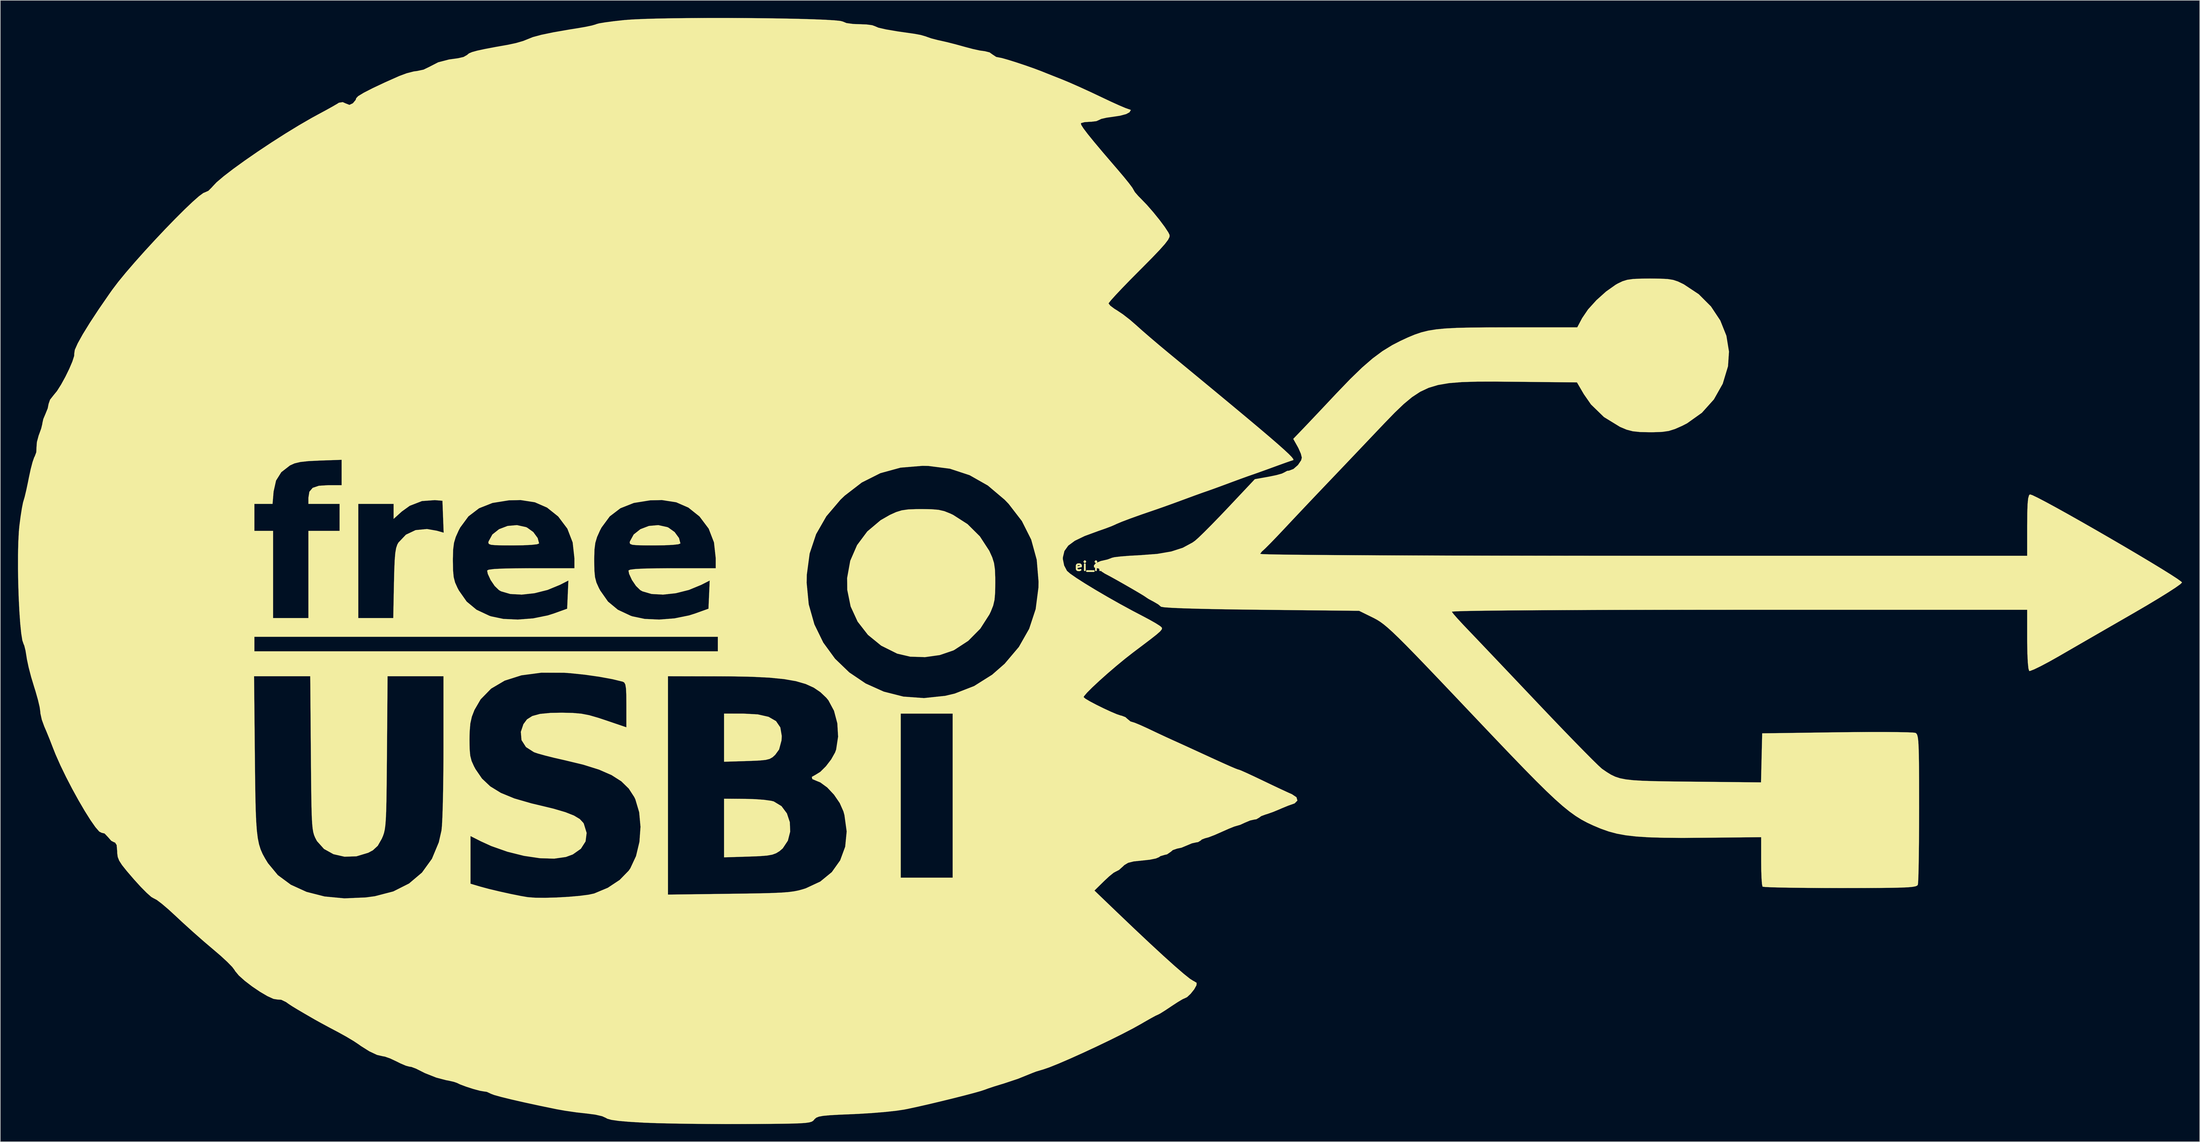
<source format=kicad_pcb>
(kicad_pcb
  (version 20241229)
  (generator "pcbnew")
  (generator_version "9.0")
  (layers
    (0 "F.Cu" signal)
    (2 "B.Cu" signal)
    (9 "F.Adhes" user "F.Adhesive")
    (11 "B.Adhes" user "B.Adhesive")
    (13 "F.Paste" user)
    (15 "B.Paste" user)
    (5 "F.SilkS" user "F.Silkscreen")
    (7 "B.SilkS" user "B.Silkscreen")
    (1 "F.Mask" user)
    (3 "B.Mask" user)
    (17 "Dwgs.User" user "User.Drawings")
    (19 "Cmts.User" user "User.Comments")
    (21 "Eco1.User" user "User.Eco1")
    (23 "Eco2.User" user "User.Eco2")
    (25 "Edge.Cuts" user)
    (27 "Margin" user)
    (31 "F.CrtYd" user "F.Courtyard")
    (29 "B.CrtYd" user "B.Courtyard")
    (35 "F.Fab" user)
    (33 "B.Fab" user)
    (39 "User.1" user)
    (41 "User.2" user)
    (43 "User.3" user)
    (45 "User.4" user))
  (footprint "ei_inv"
    (layer "F.Cu")
    (at 182.649 93.133)
    (property "Reference" "ei_inv" (at 0 0 0) (layer "F.SilkS") (effects (font (size 1.524 1.524) (thickness 0.3))))
    (attr through_hole)
    (fp_poly (pts (xy -59.531 25.048) (xy -57.078 25.18) (xy -55.24 25.596) (xy -53.976 26.324) (xy -53.245 27.395) (xy -53.003 28.837) (xy -53.04 29.587) (xy -53.456 31.141) (xy -54.12 32.056) (xy -54.575 32.467) (xy -55.063 32.741) (xy -55.74 32.913) (xy -56.761 33.016) (xy -58.281 33.084) (xy -58.921 33.104) (xy -62.794 33.224) (xy -62.794 25.047) (xy -59.531 25.048)) (stroke (width 0.01) (type solid)) (fill yes) (layer "F.SilkS"))
    (fp_poly (pts (xy -96.424 -6.635) (xy -96.231 -6.55) (xy -95.178 -5.794) (xy -94.436 -4.781) (xy -94.192 -3.864) (xy -94.526 -3.728) (xy -95.455 -3.621) (xy -96.869 -3.551) (xy -98.568 -3.528) (xy -100.387 -3.534) (xy -101.611 -3.565) (xy -102.348 -3.638) (xy -102.71 -3.771) (xy -102.806 -3.98) (xy -102.77 -4.198) (xy -102.123 -5.382) (xy -100.986 -6.282) (xy -99.537 -6.834) (xy -97.957 -6.973) (xy -96.424 -6.635)) (stroke (width 0.01) (type solid)) (fill yes) (layer "F.SilkS"))
    (fp_poly (pts (xy -72.435 -6.635) (xy -72.242 -6.55) (xy -71.189 -5.794) (xy -70.447 -4.781) (xy -70.203 -3.864) (xy -70.537 -3.728) (xy -71.466 -3.621) (xy -72.88 -3.551) (xy -74.579 -3.528) (xy -76.398 -3.534) (xy -77.622 -3.565) (xy -78.359 -3.638) (xy -78.721 -3.771) (xy -78.817 -3.98) (xy -78.781 -4.198) (xy -78.134 -5.382) (xy -76.997 -6.282) (xy -75.548 -6.834) (xy -73.968 -6.973) (xy -72.435 -6.635)) (stroke (width 0.01) (type solid)) (fill yes) (layer "F.SilkS"))
    (fp_poly (pts (xy -59.178 39.531) (xy -57.507 39.581) (xy -55.972 39.698) (xy -54.794 39.863) (xy -54.361 39.972) (xy -53.046 40.77) (xy -52.131 41.999) (xy -51.633 43.495) (xy -51.571 45.093) (xy -51.965 46.63) (xy -52.834 47.941) (xy -53.383 48.413) (xy -53.957 48.766) (xy -54.61 49.007) (xy -55.498 49.165) (xy -56.777 49.265) (xy -58.603 49.336) (xy -58.649 49.338) (xy -62.794 49.463) (xy -62.794 39.511) (xy -59.178 39.531)) (stroke (width 0.01) (type solid)) (fill yes) (layer "F.SilkS"))
    (fp_poly (pts (xy -27.6 -9.674) (xy -26.388 -9.57) (xy -25.407 -9.344) (xy -24.419 -8.951) (xy -23.905 -8.706) (xy -21.467 -7.141) (xy -19.373 -5.059) (xy -17.79 -2.629) (xy -17.752 -2.553) (xy -17.27 -1.485) (xy -16.973 -0.531) (xy -16.819 0.548) (xy -16.764 1.986) (xy -16.76 2.822) (xy -16.785 4.502) (xy -16.888 5.715) (xy -17.115 6.696) (xy -17.507 7.683) (xy -17.752 8.198) (xy -19.298 10.612) (xy -21.342 12.679) (xy -23.719 14.234) (xy -23.905 14.325) (xy -26.172 15.099) (xy -28.693 15.453) (xy -31.205 15.373) (xy -33.414 14.855) (xy -36.126 13.502) (xy -38.379 11.665) (xy -40.124 9.42) (xy -41.309 6.843) (xy -41.885 4.011) (xy -41.905 2.014) (xy -41.376 -0.913) (xy -40.218 -3.576) (xy -38.484 -5.899) (xy -36.228 -7.803) (xy -34.656 -8.706) (xy -33.588 -9.189) (xy -32.633 -9.485) (xy -31.555 -9.639) (xy -30.117 -9.694) (xy -29.281 -9.698) (xy -27.6 -9.674)) (stroke (width 0.01) (type solid)) (fill yes) (layer "F.SilkS"))
    (fp_poly (pts (xy 96.13 -48.845) (xy 97.379 -48.78) (xy 98.31 -48.63) (xy 99.114 -48.362) (xy 99.986 -47.944) (xy 100.133 -47.868) (xy 102.645 -46.201) (xy 104.72 -44.125) (xy 106.302 -41.741) (xy 107.34 -39.147) (xy 107.78 -36.442) (xy 107.612 -33.955) (xy 106.717 -30.988) (xy 105.219 -28.329) (xy 103.183 -26.061) (xy 100.675 -24.273) (xy 99.837 -23.841) (xy 98.608 -23.299) (xy 97.565 -22.972) (xy 96.441 -22.81) (xy 94.966 -22.757) (xy 94.368 -22.754) (xy 92.683 -22.787) (xy 91.448 -22.917) (xy 90.412 -23.188) (xy 89.322 -23.647) (xy 89.253 -23.681) (xy 86.556 -25.335) (xy 84.353 -27.478) (xy 83.144 -29.22) (xy 81.975 -31.221) (xy 71.944 -31.322) (xy 68.191 -31.355) (xy 65.052 -31.349) (xy 62.435 -31.272) (xy 60.249 -31.094) (xy 58.402 -30.78) (xy 56.803 -30.301) (xy 55.359 -29.623) (xy 53.979 -28.715) (xy 52.572 -27.545) (xy 51.046 -26.082) (xy 49.309 -24.292) (xy 48.095 -23.015) (xy 46.234 -21.054) (xy 44.293 -19.01) (xy 42.407 -17.027) (xy 40.712 -15.246) (xy 39.341 -13.809) (xy 39.132 -13.59) (xy 37.505 -11.88) (xy 35.639 -9.909) (xy 33.775 -7.932) (xy 32.291 -6.35) (xy 31.034 -5.019) (xy 29.937 -3.884) (xy 29.094 -3.039) (xy 28.601 -2.581) (xy 28.524 -2.528) (xy 28.224 -2.128) (xy 28.222 -2.087) (xy 28.571 -2.049) (xy 29.603 -2.012) (xy 31.293 -1.978) (xy 33.621 -1.945) (xy 36.561 -1.915) (xy 40.092 -1.888) (xy 44.191 -1.862) (xy 48.833 -1.84) (xy 53.997 -1.82) (xy 59.658 -1.803) (xy 65.795 -1.789) (xy 72.384 -1.778) (xy 79.401 -1.77) (xy 86.825 -1.765) (xy 93.31 -1.764) (xy 158.397 -1.764) (xy 158.397 -6.89) (xy 158.413 -9.02) (xy 158.466 -10.531) (xy 158.562 -11.509) (xy 158.71 -12.039) (xy 158.862 -12.195) (xy 159.268 -12.066) (xy 160.198 -11.619) (xy 161.575 -10.899) (xy 163.319 -9.952) (xy 165.353 -8.821) (xy 167.6 -7.552) (xy 169.982 -6.19) (xy 172.42 -4.781) (xy 174.838 -3.37) (xy 177.157 -2.001) (xy 179.3 -0.719) (xy 181.188 0.429) (xy 182.744 1.4) (xy 183.891 2.147) (xy 184.549 2.627) (xy 184.679 2.774) (xy 184.385 3.068) (xy 183.557 3.658) (xy 182.273 4.492) (xy 180.616 5.52) (xy 178.664 6.692) (xy 176.565 7.917) (xy 174.071 9.356) (xy 171.481 10.849) (xy 168.95 12.31) (xy 166.632 13.649) (xy 164.681 14.777) (xy 163.766 15.307) (xy 162.126 16.231) (xy 160.691 16.992) (xy 159.574 17.534) (xy 158.889 17.799) (xy 158.739 17.809) (xy 158.612 17.391) (xy 158.507 16.384) (xy 158.434 14.905) (xy 158.399 13.069) (xy 158.397 12.503) (xy 158.397 7.408) (xy 109.508 7.408) (xy 102.457 7.411) (xy 95.885 7.418) (xy 89.812 7.429) (xy 84.256 7.445) (xy 79.239 7.465) (xy 74.779 7.49) (xy 70.897 7.518) (xy 67.611 7.55) (xy 64.941 7.586) (xy 62.908 7.625) (xy 61.53 7.668) (xy 60.828 7.715) (xy 60.737 7.741) (xy 61.018 8.122) (xy 61.682 8.882) (xy 62.618 9.898) (xy 63.333 10.651) (xy 64.137 11.491) (xy 65.356 12.77) (xy 66.918 14.414) (xy 68.754 16.347) (xy 70.793 18.496) (xy 72.965 20.788) (xy 75.2 23.147) (xy 75.496 23.46) (xy 77.658 25.734) (xy 79.706 27.871) (xy 81.583 29.81) (xy 83.228 31.491) (xy 84.582 32.855) (xy 85.588 33.84) (xy 86.185 34.387) (xy 86.268 34.451) (xy 87.048 34.988) (xy 87.752 35.421) (xy 88.466 35.763) (xy 89.274 36.026) (xy 90.26 36.222) (xy 91.509 36.362) (xy 93.105 36.459) (xy 95.132 36.523) (xy 97.676 36.568) (xy 100.821 36.604) (xy 101.677 36.613) (xy 113.219 36.732) (xy 113.318 32.566) (xy 113.418 28.399) (xy 126.118 28.222) (xy 129.064 28.189) (xy 131.803 28.173) (xy 134.249 28.173) (xy 136.321 28.19) (xy 137.933 28.221) (xy 139.002 28.267) (xy 139.435 28.323) (xy 139.599 28.439) (xy 139.731 28.671) (xy 139.835 29.088) (xy 139.914 29.76) (xy 139.971 30.757) (xy 140.01 32.147) (xy 140.035 34.001) (xy 140.048 36.387) (xy 140.052 39.375) (xy 140.053 41.082) (xy 140.047 44) (xy 140.03 46.707) (xy 140.004 49.119) (xy 139.97 51.152) (xy 139.929 52.721) (xy 139.883 53.743) (xy 139.839 54.123) (xy 139.72 54.269) (xy 139.443 54.387) (xy 138.94 54.481) (xy 138.147 54.553) (xy 136.995 54.605) (xy 135.418 54.642) (xy 133.351 54.664) (xy 130.725 54.676) (xy 127.476 54.68) (xy 126.668 54.681) (xy 123.712 54.674) (xy 120.98 54.657) (xy 118.552 54.629) (xy 116.508 54.593) (xy 114.928 54.549) (xy 113.891 54.5) (xy 113.479 54.447) (xy 113.477 54.445) (xy 113.384 54.019) (xy 113.309 53.036) (xy 113.258 51.648) (xy 113.242 50.124) (xy 113.242 46.038) (xy 103.629 46.139) (xy 99.909 46.163) (xy 96.803 46.141) (xy 94.223 46.066) (xy 92.078 45.929) (xy 90.278 45.724) (xy 88.735 45.441) (xy 87.357 45.072) (xy 86.056 44.609) (xy 85.857 44.529) (xy 84.749 44.062) (xy 83.724 43.584) (xy 82.737 43.054) (xy 81.74 42.429) (xy 80.689 41.669) (xy 79.536 40.733) (xy 78.234 39.577) (xy 76.738 38.162) (xy 75.002 36.446) (xy 72.977 34.387) (xy 70.62 31.944) (xy 67.882 29.075) (xy 64.717 25.739) (xy 64.103 25.091) (xy 61.08 21.9) (xy 58.498 19.182) (xy 56.314 16.894) (xy 54.485 14.996) (xy 52.968 13.445) (xy 51.721 12.201) (xy 50.702 11.221) (xy 49.867 10.464) (xy 49.175 9.888) (xy 48.582 9.451) (xy 48.045 9.113) (xy 47.523 8.83) (xy 47.372 8.755) (xy 44.996 7.585) (xy 28.306 7.408) (xy 24.166 7.357) (xy 20.552 7.297) (xy 17.494 7.229) (xy 15.019 7.154) (xy 13.158 7.073) (xy 11.939 6.987) (xy 11.39 6.897) (xy 11.364 6.879) (xy 10.893 6.486) (xy 10.097 6.019) (xy 10.054 5.997) (xy 9.28 5.583) (xy 8.832 5.29) (xy 8.819 5.277) (xy 8.455 5.032) (xy 7.629 4.532) (xy 6.495 3.867) (xy 5.207 3.125) (xy 3.921 2.396) (xy 2.79 1.768) (xy 1.969 1.33) (xy 1.855 1.273) (xy 1.252 0.882) (xy 1.061 0.617) (xy 0.771 0.382) (xy 0.529 0.353) (xy 0.001 0.201) (xy -0.009 -0.153) (xy 0.405 -0.562) (xy 1.149 -0.875) (xy 1.323 -0.912) (xy 2.279 -1.133) (xy 2.935 -1.372) (xy 2.999 -1.411) (xy 3.469 -1.525) (xy 4.497 -1.646) (xy 5.935 -1.761) (xy 7.632 -1.854) (xy 7.761 -1.86) (xy 10.72 -2.082) (xy 13.116 -2.494) (xy 15.072 -3.126) (xy 16.712 -4.012) (xy 17.145 -4.321) (xy 17.722 -4.829) (xy 18.681 -5.756) (xy 19.922 -7.003) (xy 21.348 -8.472) (xy 22.75 -9.946) (xy 27.298 -14.777) (xy 29.716 -15.209) (xy 30.947 -15.464) (xy 31.877 -15.722) (xy 32.312 -15.929) (xy 32.316 -15.934) (xy 32.782 -16.188) (xy 33.12 -16.228) (xy 33.854 -16.509) (xy 34.618 -17.179) (xy 35.161 -17.983) (xy 35.278 -18.445) (xy 35.112 -19.109) (xy 34.699 -20.046) (xy 34.549 -20.326) (xy 33.82 -21.624) (xy 35.379 -23.247) (xy 36.153 -24.059) (xy 37.289 -25.258) (xy 38.667 -26.717) (xy 40.166 -28.31) (xy 41.159 -29.367) (xy 43.489 -31.789) (xy 45.497 -33.735) (xy 47.288 -35.288) (xy 48.966 -36.535) (xy 50.635 -37.561) (xy 52.013 -38.27) (xy 53.283 -38.86) (xy 54.434 -39.34) (xy 55.557 -39.721) (xy 56.743 -40.015) (xy 58.085 -40.231) (xy 59.672 -40.383) (xy 61.597 -40.482) (xy 63.951 -40.538) (xy 66.825 -40.563) (xy 70.31 -40.569) (xy 70.431 -40.569) (xy 82.022 -40.569) (xy 82.859 -42.147) (xy 83.858 -43.617) (xy 85.28 -45.187) (xy 86.914 -46.655) (xy 88.548 -47.813) (xy 88.926 -48.027) (xy 89.718 -48.405) (xy 90.514 -48.649) (xy 91.498 -48.788) (xy 92.852 -48.848) (xy 94.368 -48.86) (xy 96.13 -48.845)) (stroke (width 0.01) (type solid)) (fill yes) (layer "F.SilkS"))
    (fp_poly (pts (xy -59.026 -93.113) (xy -55.894 -93.083) (xy -52.91 -93.038) (xy -50.154 -92.98) (xy -47.707 -92.909) (xy -45.65 -92.826) (xy -44.064 -92.73) (xy -43.028 -92.623) (xy -42.633 -92.516) (xy -42.018 -92.263) (xy -40.875 -92.109) (xy -39.864 -92.075) (xy -38.62 -92.026) (xy -37.652 -91.898) (xy -37.193 -91.732) (xy -36.613 -91.482) (xy -35.331 -91.188) (xy -33.345 -90.848) (xy -30.657 -90.464) (xy -30.515 -90.445) (xy -29.415 -90.241) (xy -28.515 -89.978) (xy -28.399 -89.929) (xy -27.618 -89.657) (xy -26.51 -89.37) (xy -26.106 -89.283) (xy -24.94 -89.018) (xy -23.433 -88.633) (xy -21.965 -88.227) (xy -20.598 -87.864) (xy -19.398 -87.6) (xy -18.607 -87.49) (xy -18.568 -87.489) (xy -17.724 -87.279) (xy -17.286 -86.96) (xy -16.6 -86.507) (xy -16.203 -86.431) (xy -15.635 -86.318) (xy -14.578 -86.019) (xy -13.204 -85.588) (xy -11.687 -85.083) (xy -10.199 -84.56) (xy -8.914 -84.076) (xy -8.643 -83.966) (xy -7.975 -83.698) (xy -6.877 -83.262) (xy -5.578 -82.749) (xy -5.468 -82.706) (xy -4.167 -82.164) (xy -2.458 -81.409) (xy -0.563 -80.541) (xy 1.269 -79.673) (xy 2.879 -78.911) (xy 4.281 -78.276) (xy 5.343 -77.826) (xy 5.934 -77.618) (xy 5.987 -77.611) (xy 6.256 -77.496) (xy 6.019 -77.108) (xy 5.459 -76.805) (xy 4.421 -76.528) (xy 3.325 -76.361) (xy 2.126 -76.19) (xy 1.232 -75.986) (xy 0.856 -75.806) (xy 0.411 -75.606) (xy -0.453 -75.5) (xy -0.706 -75.494) (xy -1.619 -75.433) (xy -2.178 -75.279) (xy -2.23 -75.23) (xy -2.163 -74.953) (xy -1.787 -74.361) (xy -1.069 -73.412) (xy 0.021 -72.068) (xy 1.514 -70.29) (xy 3.443 -68.037) (xy 3.969 -67.427) (xy 5.036 -66.167) (xy 5.909 -65.089) (xy 6.495 -64.31) (xy 6.703 -63.95) (xy 6.938 -63.544) (xy 7.536 -62.856) (xy 7.968 -62.423) (xy 8.964 -61.39) (xy 10.05 -60.145) (xy 11.104 -58.842) (xy 12.004 -57.636) (xy 12.626 -56.684) (xy 12.827 -56.262) (xy 12.814 -55.927) (xy 12.566 -55.437) (xy 12.029 -54.729) (xy 11.149 -53.739) (xy 9.874 -52.403) (xy 8.15 -50.66) (xy 7.759 -50.269) (xy 6.189 -48.685) (xy 4.805 -47.258) (xy 3.679 -46.064) (xy 2.886 -45.184) (xy 2.499 -44.693) (xy 2.472 -44.631) (xy 2.755 -44.257) (xy 3.466 -43.724) (xy 3.885 -43.468) (xy 4.894 -42.795) (xy 6.117 -41.844) (xy 7.145 -40.951) (xy 8.147 -40.053) (xy 9.519 -38.863) (xy 11.081 -37.535) (xy 12.656 -36.221) (xy 12.7 -36.185) (xy 16.742 -32.85) (xy 20.268 -29.934) (xy 23.308 -27.412) (xy 25.893 -25.256) (xy 28.054 -23.441) (xy 29.821 -21.939) (xy 31.224 -20.724) (xy 32.294 -19.771) (xy 33.063 -19.052) (xy 33.559 -18.541) (xy 33.814 -18.212) (xy 33.859 -18.037) (xy 33.745 -17.992) (xy 33.382 -17.878) (xy 32.513 -17.574) (xy 31.296 -17.135) (xy 30.658 -16.902) (xy 29.211 -16.374) (xy 27.924 -15.911) (xy 27.009 -15.589) (xy 26.811 -15.522) (xy 26.086 -15.269) (xy 24.911 -14.844) (xy 23.496 -14.322) (xy 22.931 -14.111) (xy 21.479 -13.573) (xy 20.186 -13.101) (xy 19.263 -12.772) (xy 19.05 -12.7) (xy 18.325 -12.447) (xy 17.149 -12.023) (xy 15.734 -11.502) (xy 15.169 -11.293) (xy 13.53 -10.69) (xy 11.868 -10.092) (xy 10.487 -9.608) (xy 10.231 -9.521) (xy 8.073 -8.78) (xy 6.201 -8.11) (xy 4.732 -7.554) (xy 3.78 -7.154) (xy 3.594 -7.061) (xy 2.964 -6.786) (xy 1.9 -6.384) (xy 0.706 -5.967) (xy -1.586 -5.124) (xy -3.255 -4.318) (xy -4.377 -3.488) (xy -5.027 -2.573) (xy -5.281 -1.515) (xy -5.292 -1.204) (xy -5.067 -0.107) (xy -4.591 0.795) (xy -4.043 1.273) (xy -2.974 2.017) (xy -1.488 2.967) (xy 0.31 4.061) (xy 2.318 5.236) (xy 4.433 6.431) (xy 6.549 7.583) (xy 8.119 8.404) (xy 9.361 9.063) (xy 10.433 9.67) (xy 11.106 10.097) (xy 11.113 10.102) (xy 11.389 10.308) (xy 11.542 10.498) (xy 11.506 10.736) (xy 11.218 11.088) (xy 10.615 11.619) (xy 9.631 12.394) (xy 8.203 13.479) (xy 6.663 14.64) (xy 5.274 15.726) (xy 3.784 16.955) (xy 2.292 18.236) (xy 0.899 19.481) (xy -0.297 20.599) (xy -1.194 21.499) (xy -1.694 22.092) (xy -1.764 22.248) (xy -1.468 22.51) (xy -0.691 22.971) (xy 0.401 23.547) (xy 1.64 24.159) (xy 2.859 24.723) (xy 3.892 25.159) (xy 4.572 25.385) (xy 4.685 25.4) (xy 5.334 25.65) (xy 5.644 25.929) (xy 6.179 26.374) (xy 6.444 26.458) (xy 6.914 26.602) (xy 7.837 26.983) (xy 9.031 27.526) (xy 9.311 27.659) (xy 10.778 28.355) (xy 12.239 29.037) (xy 13.383 29.56) (xy 13.406 29.571) (xy 14.519 30.074) (xy 15.976 30.739) (xy 17.483 31.431) (xy 17.639 31.503) (xy 20.035 32.605) (xy 21.854 33.433) (xy 23.159 34.015) (xy 24.012 34.378) (xy 24.475 34.55) (xy 24.584 34.572) (xy 24.97 34.717) (xy 25.859 35.112) (xy 27.122 35.698) (xy 28.629 36.416) (xy 28.719 36.459) (xy 30.328 37.23) (xy 31.79 37.919) (xy 32.94 38.452) (xy 33.602 38.745) (xy 34.365 39.257) (xy 34.524 39.822) (xy 34.063 40.291) (xy 33.778 40.398) (xy 32.96 40.686) (xy 31.878 41.13) (xy 31.524 41.287) (xy 30.397 41.755) (xy 29.373 42.114) (xy 29.14 42.18) (xy 28.382 42.459) (xy 28.022 42.725) (xy 27.541 43.001) (xy 27.231 43.041) (xy 26.504 43.2) (xy 25.624 43.57) (xy 24.819 43.939) (xy 24.278 44.097) (xy 24.27 44.097) (xy 23.799 44.237) (xy 22.884 44.603) (xy 21.717 45.12) (xy 21.64 45.156) (xy 20.439 45.682) (xy 19.451 46.061) (xy 18.882 46.214) (xy 18.87 46.214) (xy 18.28 46.439) (xy 18.168 46.567) (xy 17.664 46.878) (xy 17.353 46.922) (xy 16.626 47.081) (xy 15.746 47.451) (xy 14.839 47.827) (xy 14.114 47.978) (xy 13.372 48.232) (xy 13.053 48.507) (xy 12.395 48.958) (xy 12.022 49.036) (xy 11.266 49.26) (xy 11.032 49.434) (xy 10.499 49.657) (xy 9.478 49.863) (xy 8.19 50.007) (xy 8.157 50.009) (xy 6.727 50.157) (xy 5.793 50.392) (xy 5.149 50.779) (xy 4.896 51.022) (xy 4.247 51.603) (xy 3.757 51.858) (xy 3.743 51.858) (xy 3.32 52.09) (xy 2.573 52.695) (xy 1.726 53.484) (xy 0.076 55.109) (xy 3.83 58.715) (xy 6.82 61.569) (xy 9.479 64.071) (xy 11.781 66.199) (xy 13.7 67.927) (xy 15.207 69.231) (xy 16.276 70.087) (xy 16.881 70.472) (xy 16.941 70.489) (xy 17.419 70.784) (xy 17.39 71.195) (xy 17.006 71.889) (xy 16.407 72.64) (xy 15.802 73.21) (xy 15.457 73.378) (xy 15.038 73.564) (xy 14.216 74.053) (xy 13.162 74.742) (xy 13.094 74.789) (xy 12.05 75.485) (xy 11.245 75.989) (xy 10.843 76.199) (xy 10.834 76.2) (xy 10.463 76.367) (xy 9.639 76.814) (xy 8.515 77.455) (xy 8.055 77.725) (xy 6.595 78.539) (xy 4.746 79.5) (xy 2.633 80.551) (xy 0.379 81.633) (xy -1.892 82.69) (xy -4.056 83.664) (xy -5.989 84.498) (xy -7.568 85.134) (xy -8.668 85.514) (xy -8.819 85.554) (xy -9.811 85.85) (xy -10.407 86.076) (xy -12.889 87.08) (xy -15.355 87.902) (xy -15.699 88.004) (xy -16.945 88.387) (xy -18 88.738) (xy -18.521 88.933) (xy -19.206 89.161) (xy -20.44 89.509) (xy -22.084 89.942) (xy -23.999 90.427) (xy -26.045 90.928) (xy -28.082 91.412) (xy -29.973 91.843) (xy -31.577 92.188) (xy -32.21 92.314) (xy -33.588 92.52) (xy -35.469 92.723) (xy -37.648 92.903) (xy -39.925 93.044) (xy -41.044 93.095) (xy -43.245 93.186) (xy -44.847 93.276) (xy -45.959 93.379) (xy -46.686 93.511) (xy -47.137 93.687) (xy -47.419 93.923) (xy -47.496 94.02) (xy -47.665 94.212) (xy -47.911 94.366) (xy -48.308 94.486) (xy -48.932 94.578) (xy -49.857 94.645) (xy -51.159 94.692) (xy -52.912 94.725) (xy -55.192 94.748) (xy -58.073 94.766) (xy -59.369 94.772) (xy -62.475 94.777) (xy -65.659 94.762) (xy -68.768 94.73) (xy -71.655 94.683) (xy -74.168 94.623) (xy -76.157 94.552) (xy -76.496 94.536) (xy -78.905 94.394) (xy -80.681 94.241) (xy -81.896 94.068) (xy -82.622 93.865) (xy -82.846 93.732) (xy -83.492 93.442) (xy -84.63 93.179) (xy -86.047 92.993) (xy -86.078 92.99) (xy -87.855 92.792) (xy -89.793 92.51) (xy -91.193 92.261) (xy -94.088 91.664) (xy -96.672 91.105) (xy -98.871 90.603) (xy -100.613 90.174) (xy -101.822 89.837) (xy -102.425 89.608) (xy -102.464 89.579) (xy -103.072 89.301) (xy -103.523 89.241) (xy -104.246 89.117) (xy -105.35 88.818) (xy -106.561 88.429) (xy -107.606 88.037) (xy -108.126 87.786) (xy -108.674 87.597) (xy -109.617 87.386) (xy -109.975 87.323) (xy -111.642 86.885) (xy -113.569 86.122) (xy -115.089 85.359) (xy -115.864 85.068) (xy -116.217 85.019) (xy -116.806 84.862) (xy -117.751 84.459) (xy -118.391 84.138) (xy -119.463 83.632) (xy -120.374 83.313) (xy -120.72 83.256) (xy -121.7 83.03) (xy -123.007 82.416) (xy -124.451 81.506) (xy -124.791 81.259) (xy -125.665 80.677) (xy -126.919 79.928) (xy -128.303 79.162) (xy -128.495 79.061) (xy -129.89 78.322) (xy -131.209 77.609) (xy -132.195 77.062) (xy -132.292 77.007) (xy -134.016 76.01) (xy -135.247 75.286) (xy -136.106 74.762) (xy -136.712 74.364) (xy -137.147 74.05) (xy -137.959 73.659) (xy -138.607 73.619) (xy -139.274 73.513) (xy -140.314 73.038) (xy -141.574 72.298) (xy -142.904 71.397) (xy -144.152 70.44) (xy -145.167 69.53) (xy -145.797 68.772) (xy -145.874 68.626) (xy -146.278 68.088) (xy -147.111 67.234) (xy -148.246 66.186) (xy -149.431 65.171) (xy -151.084 63.766) (xy -152.963 62.11) (xy -154.793 60.45) (xy -155.827 59.482) (xy -157.091 58.32) (xy -158.213 57.363) (xy -159.077 56.707) (xy -159.564 56.445) (xy -159.579 56.444) (xy -160.017 56.191) (xy -160.797 55.5) (xy -161.81 54.477) (xy -162.946 53.226) (xy -162.973 53.195) (xy -164.176 51.795) (xy -164.982 50.783) (xy -165.469 50.028) (xy -165.715 49.398) (xy -165.799 48.759) (xy -165.806 48.432) (xy -165.895 47.378) (xy -166.176 46.941) (xy -166.294 46.919) (xy -166.818 46.649) (xy -167.379 46.01) (xy -167.944 45.415) (xy -168.458 45.286) (xy -168.857 45.082) (xy -169.502 44.335) (xy -170.337 43.142) (xy -171.307 41.599) (xy -172.358 39.801) (xy -173.434 37.845) (xy -174.48 35.827) (xy -175.442 33.843) (xy -176.264 31.988) (xy -176.709 30.868) (xy -177.261 29.442) (xy -177.843 28.019) (xy -178.179 27.243) (xy -178.6 26.088) (xy -178.838 25.008) (xy -178.858 24.717) (xy -178.967 23.936) (xy -179.257 22.701) (xy -179.676 21.223) (xy -179.903 20.502) (xy -180.405 18.842) (xy -180.443 18.697) (xy -142.574 18.697) (xy -142.439 32.191) (xy -142.4 35.842) (xy -142.356 38.866) (xy -142.298 41.337) (xy -142.215 43.334) (xy -142.1 44.934) (xy -141.942 46.214) (xy -141.732 47.251) (xy -141.461 48.121) (xy -141.119 48.903) (xy -140.696 49.672) (xy -140.213 50.462) (xy -138.538 52.487) (xy -136.334 54.119) (xy -133.669 55.335) (xy -130.612 56.115) (xy -127.234 56.436) (xy -123.602 56.278) (xy -122.061 56.07) (xy -118.938 55.259) (xy -116.268 53.913) (xy -114.074 52.058) (xy -112.382 49.717) (xy -111.215 46.915) (xy -110.757 44.895) (xy -110.677 44.057) (xy -110.604 42.612) (xy -110.54 40.661) (xy -110.487 38.305) (xy -110.449 35.642) (xy -110.426 32.773) (xy -110.421 30.78) (xy -110.421 29.457) (xy -106.004 29.457) (xy -105.983 31.061) (xy -105.882 32.195) (xy -105.651 33.096) (xy -105.245 34) (xy -104.983 34.486) (xy -103.89 36.082) (xy -102.487 37.409) (xy -100.684 38.519) (xy -98.39 39.464) (xy -95.513 40.296) (xy -94.368 40.567) (xy -91.737 41.203) (xy -89.731 41.794) (xy -88.271 42.37) (xy -87.282 42.964) (xy -86.685 43.608) (xy -86.602 43.754) (xy -86.124 45.316) (xy -86.305 46.761) (xy -87.102 48.007) (xy -88.467 48.969) (xy -89.638 49.402) (xy -91.64 49.686) (xy -94.07 49.612) (xy -96.764 49.212) (xy -99.562 48.514) (xy -102.299 47.55) (xy -104.083 46.736) (xy -105.833 45.849) (xy -105.833 53.948) (xy -104.137 54.451) (xy -102.735 54.829) (xy -100.939 55.259) (xy -99.029 55.681) (xy -97.282 56.032) (xy -96.132 56.229) (xy -94.88 56.325) (xy -93.179 56.341) (xy -91.225 56.287) (xy -89.212 56.174) (xy -87.336 56.012) (xy -85.793 55.813) (xy -85.706 55.794) (xy -72.319 55.794) (xy -61.824 55.659) (xy -58.786 55.616) (xy -56.359 55.572) (xy -54.451 55.519) (xy -52.968 55.45) (xy -51.816 55.359) (xy -50.902 55.238) (xy -50.132 55.082) (xy -49.413 54.884) (xy -48.925 54.728) (xy -46.465 53.583) (xy -44.508 51.978) (xy -43.087 49.981) (xy -42.233 47.657) (xy -41.98 45.072) (xy -42.36 42.294) (xy -42.533 41.659) (xy -43.163 40.238) (xy -44.134 38.821) (xy -45.286 37.592) (xy -46.456 36.737) (xy -47.074 36.486) (xy -47.819 36.168) (xy -47.899 35.801) (xy -47.3 35.463) (xy -46.461 34.947) (xy -45.508 33.999) (xy -44.613 32.832) (xy -43.952 31.657) (xy -43.77 31.158) (xy -43.435 28.958) (xy -43.569 26.692) (xy -44.004 25.047) (xy -32.808 25.047) (xy -32.808 52.917) (xy -23.989 52.917) (xy -23.989 25.047) (xy -32.808 25.047) (xy -44.004 25.047) (xy -44.131 24.566) (xy -45.084 22.789) (xy -45.448 22.346) (xy -46.44 21.404) (xy -47.579 20.632) (xy -48.939 20.015) (xy -50.595 19.536) (xy -52.621 19.183) (xy -55.092 18.938) (xy -58.081 18.789) (xy -61.664 18.719) (xy -63.588 18.71) (xy -72.319 18.697) (xy -72.319 55.794) (xy -85.706 55.794) (xy -84.843 55.608) (xy -82.527 54.637) (xy -80.518 53.307) (xy -78.991 51.742) (xy -78.703 51.325) (xy -77.738 49.257) (xy -77.158 46.836) (xy -76.975 44.279) (xy -77.202 41.801) (xy -77.85 39.617) (xy -78.041 39.216) (xy -78.977 37.777) (xy -80.234 36.549) (xy -81.89 35.491) (xy -84.021 34.561) (xy -86.705 33.72) (xy -89.882 32.956) (xy -91.604 32.563) (xy -93.182 32.168) (xy -94.422 31.82) (xy -95.057 31.603) (xy -96.421 30.728) (xy -97.176 29.546) (xy -97.29 28.146) (xy -96.854 26.843) (xy -96.25 26.03) (xy -95.348 25.459) (xy -94.044 25.102) (xy -92.233 24.926) (xy -90.311 24.895) (xy -88.477 24.935) (xy -87.032 25.06) (xy -85.685 25.32) (xy -84.149 25.764) (xy -82.991 26.148) (xy -79.375 27.376) (xy -79.375 23.59) (xy -79.388 21.889) (xy -79.441 20.768) (xy -79.553 20.099) (xy -79.745 19.755) (xy -79.992 19.622) (xy -81.763 19.191) (xy -83.995 18.783) (xy -86.442 18.435) (xy -88.859 18.183) (xy -89.917 18.108) (xy -93.825 18.097) (xy -97.196 18.542) (xy -100.033 19.444) (xy -102.339 20.804) (xy -104.116 22.623) (xy -105.168 24.433) (xy -105.607 25.569) (xy -105.865 26.725) (xy -105.982 28.152) (xy -106.004 29.457) (xy -110.421 29.457) (xy -110.419 18.697) (xy -119.912 18.697) (xy -120.016 31.662) (xy -120.045 35.037) (xy -120.074 37.784) (xy -120.108 39.977) (xy -120.152 41.694) (xy -120.211 43.011) (xy -120.288 44.004) (xy -120.388 44.75) (xy -120.517 45.324) (xy -120.678 45.803) (xy -120.877 46.264) (xy -120.899 46.313) (xy -121.577 47.502) (xy -122.409 48.269) (xy -123.192 48.686) (xy -125.195 49.29) (xy -127.211 49.359) (xy -129.096 48.93) (xy -130.702 48.038) (xy -131.884 46.721) (xy -132.006 46.505) (xy -132.217 46.095) (xy -132.388 45.681) (xy -132.525 45.19) (xy -132.632 44.546) (xy -132.715 43.676) (xy -132.777 42.503) (xy -132.823 40.953) (xy -132.859 38.953) (xy -132.889 36.427) (xy -132.917 33.3) (xy -132.929 31.838) (xy -133.037 18.697) (xy -142.574 18.697) (xy -180.443 18.697) (xy -180.836 17.187) (xy -181.128 15.816) (xy -181.185 15.443) (xy -181.367 14.325) (xy -181.576 13.491) (xy -181.693 13.229) (xy -181.904 12.611) (xy -182.002 11.994) (xy -142.522 11.994) (xy -142.522 14.464) (xy -63.853 14.464) (xy -63.853 11.994) (xy -142.522 11.994) (xy -182.002 11.994) (xy -182.096 11.4) (xy -182.267 9.712) (xy -182.41 7.66) (xy -182.524 5.357) (xy -182.603 2.917) (xy -182.644 0.455) (xy -182.642 -1.916) (xy -182.593 -4.083) (xy -182.494 -5.932) (xy -182.405 -6.879) (xy -182.199 -8.456) (xy -181.984 -9.825) (xy -181.835 -10.583) (xy -142.522 -10.583) (xy -142.522 -5.997) (xy -139.347 -5.997) (xy -139.347 8.819) (xy -133.35 8.819) (xy -133.35 -5.997) (xy -128.058 -5.997) (xy -128.058 -10.583) (xy -124.883 -10.583) (xy -124.883 8.819) (xy -118.946 8.819) (xy -118.828 2.894) (xy -118.772 0.628) (xy -118.707 -0.882) (xy -108.826 -0.882) (xy -108.798 0.729) (xy -108.689 1.873) (xy -108.451 2.786) (xy -108.036 3.705) (xy -107.799 4.147) (xy -106.485 6.017) (xy -104.816 7.403) (xy -102.646 8.422) (xy -102.349 8.524) (xy -100.267 8.96) (xy -97.807 9.073) (xy -95.212 8.872) (xy -92.726 8.369) (xy -91.722 8.052) (xy -89.429 7.229) (xy -89.22 2.438) (xy -90.648 3.167) (xy -92.756 4.036) (xy -94.975 4.595) (xy -97.14 4.83) (xy -99.084 4.727) (xy -100.644 4.271) (xy -101.009 4.065) (xy -101.732 3.363) (xy -102.422 2.345) (xy -102.899 1.31) (xy -103.011 0.74) (xy -102.73 0.596) (xy -101.866 0.486) (xy -100.389 0.41) (xy -98.267 0.366) (xy -95.603 0.353) (xy -88.194 0.353) (xy -88.194 -0.882) (xy -84.837 -0.882) (xy -84.809 0.729) (xy -84.7 1.873) (xy -84.463 2.786) (xy -84.047 3.705) (xy -83.81 4.147) (xy -82.496 6.017) (xy -80.827 7.403) (xy -78.657 8.422) (xy -78.36 8.524) (xy -76.278 8.96) (xy -73.818 9.073) (xy -71.223 8.872) (xy -68.737 8.369) (xy -67.733 8.052) (xy -65.44 7.229) (xy -65.248 2.822) (xy -48.779 2.822) (xy -48.426 6.491) (xy -47.464 9.894) (xy -45.955 12.987) (xy -43.96 15.721) (xy -41.542 18.052) (xy -38.762 19.932) (xy -35.681 21.317) (xy -32.362 22.158) (xy -28.867 22.411) (xy -25.256 22.029) (xy -23.636 21.645) (xy -20.35 20.367) (xy -17.291 18.441) (xy -15.169 16.581) (xy -12.756 13.727) (xy -11.004 10.642) (xy -9.9 7.291) (xy -9.43 3.639) (xy -9.41 2.646) (xy -9.72 -1.09) (xy -10.659 -4.515) (xy -12.242 -7.665) (xy -14.484 -10.575) (xy -15.169 -11.289) (xy -18.023 -13.703) (xy -21.108 -15.454) (xy -24.459 -16.558) (xy -28.111 -17.028) (xy -29.104 -17.049) (xy -32.84 -16.739) (xy -36.265 -15.8) (xy -39.415 -14.216) (xy -42.325 -11.974) (xy -43.039 -11.289) (xy -45.438 -8.467) (xy -47.174 -5.439) (xy -48.272 -2.148) (xy -48.752 1.459) (xy -48.779 2.822) (xy -65.248 2.822) (xy -65.231 2.438) (xy -66.659 3.167) (xy -68.767 4.036) (xy -70.986 4.595) (xy -73.151 4.83) (xy -75.095 4.727) (xy -76.655 4.271) (xy -77.02 4.065) (xy -77.743 3.363) (xy -78.433 2.345) (xy -78.91 1.31) (xy -79.022 0.74) (xy -78.741 0.596) (xy -77.877 0.486) (xy -76.4 0.41) (xy -74.278 0.366) (xy -71.614 0.353) (xy -64.206 0.353) (xy -64.206 -1.347) (xy -64.503 -4.036) (xy -65.406 -6.375) (xy -66.928 -8.4) (xy -67.017 -8.489) (xy -68.854 -9.955) (xy -70.92 -10.856) (xy -73.324 -11.229) (xy -75.323 -11.19) (xy -78.113 -10.743) (xy -80.388 -9.843) (xy -82.198 -8.461) (xy -83.595 -6.565) (xy -83.864 -6.05) (xy -84.355 -4.955) (xy -84.649 -3.967) (xy -84.794 -2.834) (xy -84.837 -1.305) (xy -84.837 -0.882) (xy -88.194 -0.882) (xy -88.194 -1.347) (xy -88.492 -4.036) (xy -89.395 -6.375) (xy -90.917 -8.4) (xy -91.006 -8.489) (xy -92.843 -9.955) (xy -94.908 -10.856) (xy -97.313 -11.229) (xy -99.312 -11.19) (xy -102.102 -10.743) (xy -104.377 -9.843) (xy -106.187 -8.461) (xy -107.583 -6.565) (xy -107.853 -6.05) (xy -108.344 -4.955) (xy -108.638 -3.967) (xy -108.783 -2.834) (xy -108.825 -1.305) (xy -108.826 -0.882) (xy -118.707 -0.882) (xy -118.7 -1.047) (xy -118.6 -2.244) (xy -118.458 -3.076) (xy -118.263 -3.659) (xy -118.073 -4.002) (xy -116.798 -5.347) (xy -115.155 -6.125) (xy -113.229 -6.312) (xy -111.549 -6.018) (xy -110.391 -5.685) (xy -110.596 -11.113) (xy -111.895 -11.221) (xy -114.081 -11.061) (xy -116.147 -10.26) (xy -117.495 -9.289) (xy -118.886 -8.032) (xy -118.886 -10.583) (xy -124.883 -10.583) (xy -128.058 -10.583) (xy -133.35 -10.583) (xy -133.35 -11.616) (xy -133.184 -12.647) (xy -132.623 -13.307) (xy -131.571 -13.658) (xy -129.973 -13.758) (xy -127.706 -13.758) (xy -127.706 -18.07) (xy -131.498 -17.939) (xy -133.387 -17.845) (xy -134.734 -17.696) (xy -135.703 -17.465) (xy -136.457 -17.125) (xy -136.488 -17.106) (xy -137.95 -15.969) (xy -138.845 -14.543) (xy -139.26 -12.681) (xy -139.272 -12.538) (xy -139.435 -10.583) (xy -142.522 -10.583) (xy -181.835 -10.583) (xy -181.793 -10.798) (xy -181.702 -11.113) (xy -181.51 -11.766) (xy -181.238 -12.91) (xy -180.935 -14.344) (xy -180.807 -14.993) (xy -180.494 -16.455) (xy -180.174 -17.68) (xy -179.897 -18.481) (xy -179.801 -18.653) (xy -179.538 -19.351) (xy -179.506 -20.111) (xy -179.436 -21.082) (xy -179.131 -22.215) (xy -179.057 -22.403) (xy -178.701 -23.391) (xy -178.512 -24.177) (xy -178.503 -24.297) (xy -178.345 -25.006) (xy -177.974 -25.881) (xy -177.597 -26.812) (xy -177.447 -27.574) (xy -177.201 -28.284) (xy -176.612 -29.033) (xy -176.028 -29.746) (xy -175.333 -30.844) (xy -174.611 -32.156) (xy -173.945 -33.517) (xy -173.417 -34.756) (xy -173.111 -35.707) (xy -173.086 -36.16) (xy -172.999 -36.753) (xy -172.509 -37.85) (xy -171.649 -39.399) (xy -170.448 -41.348) (xy -168.94 -43.645) (xy -167.154 -46.236) (xy -166.618 -46.994) (xy -165.626 -48.303) (xy -164.338 -49.874) (xy -162.825 -51.63) (xy -161.159 -53.498) (xy -159.41 -55.402) (xy -157.651 -57.268) (xy -155.951 -59.02) (xy -154.383 -60.585) (xy -153.017 -61.886) (xy -151.925 -62.849) (xy -151.178 -63.399) (xy -150.918 -63.5) (xy -150.324 -63.767) (xy -149.679 -64.415) (xy -149.639 -64.47) (xy -148.944 -65.207) (xy -147.734 -66.236) (xy -146.104 -67.49) (xy -144.148 -68.906) (xy -141.962 -70.419) (xy -139.64 -71.964) (xy -137.277 -73.476) (xy -134.967 -74.89) (xy -132.805 -76.142) (xy -131.762 -76.711) (xy -130.383 -77.456) (xy -129.217 -78.105) (xy -128.421 -78.57) (xy -128.174 -78.732) (xy -127.521 -78.832) (xy -127.056 -78.623) (xy -126.387 -78.362) (xy -125.808 -78.634) (xy -125.794 -78.646) (xy -125.33 -79.204) (xy -125.23 -79.506) (xy -124.904 -79.851) (xy -123.954 -80.426) (xy -122.42 -81.213) (xy -120.339 -82.193) (xy -117.924 -83.269) (xy -116.666 -83.735) (xy -115.464 -84.045) (xy -114.915 -84.115) (xy -113.799 -84.353) (xy -112.723 -84.873) (xy -112.702 -84.888) (xy -111.318 -85.598) (xy -109.471 -86.078) (xy -107.951 -86.287) (xy -107.018 -86.501) (xy -106.396 -86.853) (xy -106.364 -86.891) (xy -106.091 -87.116) (xy -105.557 -87.339) (xy -104.673 -87.583) (xy -103.347 -87.868) (xy -101.489 -88.219) (xy -99.483 -88.573) (xy -98.113 -88.867) (xy -96.882 -89.223) (xy -96.187 -89.505) (xy -95.251 -89.879) (xy -93.798 -90.27) (xy -91.774 -90.691) (xy -89.125 -91.154) (xy -87.665 -91.387) (xy -86.302 -91.622) (xy -85.202 -91.855) (xy -84.558 -92.044) (xy -84.49 -92.08) (xy -84.021 -92.21) (xy -82.996 -92.381) (xy -81.563 -92.572) (xy -79.869 -92.76) (xy -79.728 -92.774) (xy -78.316 -92.878) (xy -76.408 -92.963) (xy -74.082 -93.03) (xy -71.421 -93.08) (xy -68.504 -93.112) (xy -65.412 -93.128) (xy -62.226 -93.128) (xy -59.026 -93.113)) (stroke (width 0.01) (type solid)) (fill yes) (layer "F.SilkS")))
  (gr_rect
    (start -3 -3)
    (end 370.333 190.915)
    (stroke (width 0.1) (type default))
    (fill no)
    (layer "Edge.Cuts")))
</source>
